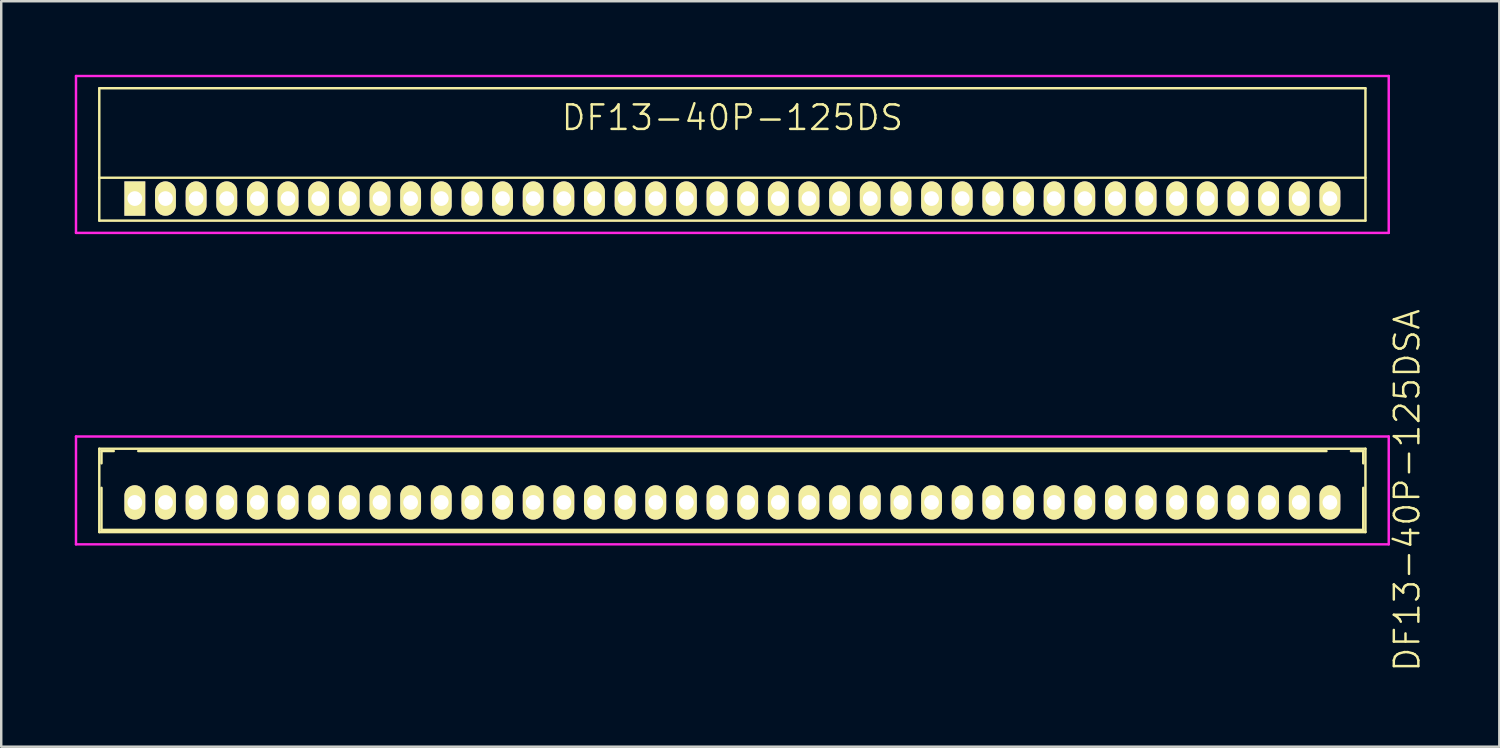
<source format=kicad_pcb>
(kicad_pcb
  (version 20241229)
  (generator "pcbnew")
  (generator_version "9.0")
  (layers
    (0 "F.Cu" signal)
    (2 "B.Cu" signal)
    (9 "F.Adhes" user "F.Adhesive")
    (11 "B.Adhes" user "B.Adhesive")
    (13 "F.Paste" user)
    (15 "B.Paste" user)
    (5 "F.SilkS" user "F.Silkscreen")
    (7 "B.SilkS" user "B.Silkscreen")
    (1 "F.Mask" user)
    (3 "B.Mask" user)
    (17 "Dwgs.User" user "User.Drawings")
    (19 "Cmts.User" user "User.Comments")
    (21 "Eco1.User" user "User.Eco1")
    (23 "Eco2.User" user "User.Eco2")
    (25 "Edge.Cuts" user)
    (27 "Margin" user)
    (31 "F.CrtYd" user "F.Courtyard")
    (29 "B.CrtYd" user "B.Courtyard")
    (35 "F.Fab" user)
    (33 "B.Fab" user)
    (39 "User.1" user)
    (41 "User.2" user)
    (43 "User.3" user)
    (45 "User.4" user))
  (footprint "DF13-40P-125DSA"
    (layer "F.Cu")
    (at 26.825 17.445)
    (property "Reference" "DF13-40P-125DSA" (at 27.525 -0.49 90) (layer "F.SilkS") (effects (font (size 1 1) (thickness 0.1))))
    (attr through_hole)
    (fp_line (start -25.825 -2.19) (end -25.825 1.21) (stroke (width 0.1) (type solid)) (layer "F.SilkS"))
    (fp_line (start -25.825 -2.19) (end 25.825 -2.19) (stroke (width 0.1) (type solid)) (layer "F.SilkS"))
    (fp_line (start -25.825 1.21) (end 25.825 1.21) (stroke (width 0.1) (type solid)) (layer "F.SilkS"))
    (fp_line (start -25.735 -2.095) (end -25.735 -1.595) (stroke (width 0.1) (type solid)) (layer "F.SilkS"))
    (fp_line (start -25.735 -2.095) (end -25.235 -2.095) (stroke (width 0.1) (type solid)) (layer "F.SilkS"))
    (fp_line (start -25.735 -0.595) (end -25.735 1.12) (stroke (width 0.1) (type solid)) (layer "F.SilkS"))
    (fp_line (start -25.735 1.12) (end 25.735 1.12) (stroke (width 0.1) (type solid)) (layer "F.SilkS"))
    (fp_line (start -24.235 -2.095) (end 24.235 -2.095) (stroke (width 0.1) (type solid)) (layer "F.SilkS"))
    (fp_line (start 25.235 -2.095) (end 25.735 -2.095) (stroke (width 0.1) (type solid)) (layer "F.SilkS"))
    (fp_line (start 25.735 -2.095) (end 25.735 -1.595) (stroke (width 0.1) (type solid)) (layer "F.SilkS"))
    (fp_line (start 25.735 -0.595) (end 25.735 1.12) (stroke (width 0.1) (type solid)) (layer "F.SilkS"))
    (fp_line (start 25.825 -2.19) (end 25.825 1.21) (stroke (width 0.1) (type solid)) (layer "F.SilkS"))
    (fp_line (start -26.775 -2.69) (end -26.775 1.71) (stroke (width 0.1) (type solid)) (layer "F.CrtYd"))
    (fp_line (start -26.775 1.71) (end 26.775 1.71) (stroke (width 0.1) (type solid)) (layer "F.CrtYd"))
    (fp_line (start 26.775 -2.69) (end -26.775 -2.69) (stroke (width 0.1) (type solid)) (layer "F.CrtYd"))
    (fp_line (start 26.775 1.71) (end 26.775 -2.69) (stroke (width 0.1) (type solid)) (layer "F.CrtYd"))
    (pad "1" thru_hole oval (at -24.375 0) (size 0.85 1.4) (drill 0.6) (layers "*.Cu" "*.Mask" "F.SilkS"))
    (pad "2" thru_hole oval (at -23.125 0) (size 0.85 1.4) (drill 0.6) (layers "*.Cu" "*.Mask" "F.SilkS"))
    (pad "3" thru_hole oval (at -21.875 0) (size 0.85 1.4) (drill 0.6) (layers "*.Cu" "*.Mask" "F.SilkS"))
    (pad "4" thru_hole oval (at -20.625 0) (size 0.85 1.4) (drill 0.6) (layers "*.Cu" "*.Mask" "F.SilkS"))
    (pad "5" thru_hole oval (at -19.375 0) (size 0.85 1.4) (drill 0.6) (layers "*.Cu" "*.Mask" "F.SilkS"))
    (pad "6" thru_hole oval (at -18.125 0) (size 0.85 1.4) (drill 0.6) (layers "*.Cu" "*.Mask" "F.SilkS"))
    (pad "7" thru_hole oval (at -16.875 0) (size 0.85 1.4) (drill 0.6) (layers "*.Cu" "*.Mask" "F.SilkS"))
    (pad "8" thru_hole oval (at -15.625 0) (size 0.85 1.4) (drill 0.6) (layers "*.Cu" "*.Mask" "F.SilkS"))
    (pad "9" thru_hole oval (at -14.375 0) (size 0.85 1.4) (drill 0.6) (layers "*.Cu" "*.Mask" "F.SilkS"))
    (pad "10" thru_hole oval (at -13.125 0) (size 0.85 1.4) (drill 0.6) (layers "*.Cu" "*.Mask" "F.SilkS"))
    (pad "11" thru_hole oval (at -11.875 0) (size 0.85 1.4) (drill 0.6) (layers "*.Cu" "*.Mask" "F.SilkS"))
    (pad "12" thru_hole oval (at -10.625 0) (size 0.85 1.4) (drill 0.6) (layers "*.Cu" "*.Mask" "F.SilkS"))
    (pad "13" thru_hole oval (at -9.375 0) (size 0.85 1.4) (drill 0.6) (layers "*.Cu" "*.Mask" "F.SilkS"))
    (pad "14" thru_hole oval (at -8.125 0) (size 0.85 1.4) (drill 0.6) (layers "*.Cu" "*.Mask" "F.SilkS"))
    (pad "15" thru_hole oval (at -6.875 0) (size 0.85 1.4) (drill 0.6) (layers "*.Cu" "*.Mask" "F.SilkS"))
    (pad "16" thru_hole oval (at -5.625 0) (size 0.85 1.4) (drill 0.6) (layers "*.Cu" "*.Mask" "F.SilkS"))
    (pad "17" thru_hole oval (at -4.375 0) (size 0.85 1.4) (drill 0.6) (layers "*.Cu" "*.Mask" "F.SilkS"))
    (pad "18" thru_hole oval (at -3.125 0) (size 0.85 1.4) (drill 0.6) (layers "*.Cu" "*.Mask" "F.SilkS"))
    (pad "19" thru_hole oval (at -1.875 0) (size 0.85 1.4) (drill 0.6) (layers "*.Cu" "*.Mask" "F.SilkS"))
    (pad "20" thru_hole oval (at -0.625 0) (size 0.85 1.4) (drill 0.6) (layers "*.Cu" "*.Mask" "F.SilkS"))
    (pad "21" thru_hole oval (at 0.625 0) (size 0.85 1.4) (drill 0.6) (layers "*.Cu" "*.Mask" "F.SilkS"))
    (pad "22" thru_hole oval (at 1.875 0) (size 0.85 1.4) (drill 0.6) (layers "*.Cu" "*.Mask" "F.SilkS"))
    (pad "23" thru_hole oval (at 3.125 0) (size 0.85 1.4) (drill 0.6) (layers "*.Cu" "*.Mask" "F.SilkS"))
    (pad "24" thru_hole oval (at 4.375 0) (size 0.85 1.4) (drill 0.6) (layers "*.Cu" "*.Mask" "F.SilkS"))
    (pad "25" thru_hole oval (at 5.625 0) (size 0.85 1.4) (drill 0.6) (layers "*.Cu" "*.Mask" "F.SilkS"))
    (pad "26" thru_hole oval (at 6.875 0) (size 0.85 1.4) (drill 0.6) (layers "*.Cu" "*.Mask" "F.SilkS"))
    (pad "27" thru_hole oval (at 8.125 0) (size 0.85 1.4) (drill 0.6) (layers "*.Cu" "*.Mask" "F.SilkS"))
    (pad "28" thru_hole oval (at 9.375 0) (size 0.85 1.4) (drill 0.6) (layers "*.Cu" "*.Mask" "F.SilkS"))
    (pad "29" thru_hole oval (at 10.625 0) (size 0.85 1.4) (drill 0.6) (layers "*.Cu" "*.Mask" "F.SilkS"))
    (pad "30" thru_hole oval (at 11.875 0) (size 0.85 1.4) (drill 0.6) (layers "*.Cu" "*.Mask" "F.SilkS"))
    (pad "31" thru_hole oval (at 13.125 0) (size 0.85 1.4) (drill 0.6) (layers "*.Cu" "*.Mask" "F.SilkS"))
    (pad "32" thru_hole oval (at 14.375 0) (size 0.85 1.4) (drill 0.6) (layers "*.Cu" "*.Mask" "F.SilkS"))
    (pad "33" thru_hole oval (at 15.625 0) (size 0.85 1.4) (drill 0.6) (layers "*.Cu" "*.Mask" "F.SilkS"))
    (pad "34" thru_hole oval (at 16.875 0) (size 0.85 1.4) (drill 0.6) (layers "*.Cu" "*.Mask" "F.SilkS"))
    (pad "35" thru_hole oval (at 18.125 0) (size 0.85 1.4) (drill 0.6) (layers "*.Cu" "*.Mask" "F.SilkS"))
    (pad "36" thru_hole oval (at 19.375 0) (size 0.85 1.4) (drill 0.6) (layers "*.Cu" "*.Mask" "F.SilkS"))
    (pad "37" thru_hole oval (at 20.625 0) (size 0.85 1.4) (drill 0.6) (layers "*.Cu" "*.Mask" "F.SilkS"))
    (pad "38" thru_hole oval (at 21.875 0) (size 0.85 1.4) (drill 0.6) (layers "*.Cu" "*.Mask" "F.SilkS"))
    (pad "39" thru_hole oval (at 23.125 0) (size 0.85 1.4) (drill 0.6) (layers "*.Cu" "*.Mask" "F.SilkS"))
    (pad "40" thru_hole oval (at 24.375 0) (size 0.85 1.4) (drill 0.6) (layers "*.Cu" "*.Mask" "F.SilkS")))
  (footprint "DF13-40P-125DS"
    (layer "F.Cu")
    (at 26.825 5.05)
    (property "Reference" "DF13-40P-125DS" (at 0 -3.3 0) (layer "F.SilkS") (effects (font (size 1 1) (thickness 0.1))))
    (attr through_hole)
    (fp_line (start -25.825 -4.5) (end -25.825 0.9) (stroke (width 0.1) (type solid)) (layer "F.SilkS"))
    (fp_line (start -25.825 -4.5) (end 25.825 -4.5) (stroke (width 0.1) (type solid)) (layer "F.SilkS"))
    (fp_line (start -25.825 -0.85) (end 25.825 -0.85) (stroke (width 0.1) (type solid)) (layer "F.SilkS"))
    (fp_line (start -25.825 0.9) (end 25.825 0.9) (stroke (width 0.1) (type solid)) (layer "F.SilkS"))
    (fp_line (start 25.825 -4.5) (end 25.825 0.9) (stroke (width 0.1) (type solid)) (layer "F.SilkS"))
    (fp_line (start -26.775 -5) (end -26.775 1.4) (stroke (width 0.1) (type solid)) (layer "F.CrtYd"))
    (fp_line (start -26.775 1.4) (end 26.775 1.4) (stroke (width 0.1) (type solid)) (layer "F.CrtYd"))
    (fp_line (start 26.775 -5) (end -26.775 -5) (stroke (width 0.1) (type solid)) (layer "F.CrtYd"))
    (fp_line (start 26.775 1.4) (end 26.775 -5) (stroke (width 0.1) (type solid)) (layer "F.CrtYd"))
    (pad "1" thru_hole rect (at -24.375 0) (size 0.85 1.4) (drill 0.6) (layers "*.Cu" "*.Mask" "F.SilkS"))
    (pad "2" thru_hole oval (at -23.125 0) (size 0.85 1.4) (drill 0.6) (layers "*.Cu" "*.Mask" "F.SilkS"))
    (pad "3" thru_hole oval (at -21.875 0) (size 0.85 1.4) (drill 0.6) (layers "*.Cu" "*.Mask" "F.SilkS"))
    (pad "4" thru_hole oval (at -20.625 0) (size 0.85 1.4) (drill 0.6) (layers "*.Cu" "*.Mask" "F.SilkS"))
    (pad "5" thru_hole oval (at -19.375 0) (size 0.85 1.4) (drill 0.6) (layers "*.Cu" "*.Mask" "F.SilkS"))
    (pad "6" thru_hole oval (at -18.125 0) (size 0.85 1.4) (drill 0.6) (layers "*.Cu" "*.Mask" "F.SilkS"))
    (pad "7" thru_hole oval (at -16.875 0) (size 0.85 1.4) (drill 0.6) (layers "*.Cu" "*.Mask" "F.SilkS"))
    (pad "8" thru_hole oval (at -15.625 0) (size 0.85 1.4) (drill 0.6) (layers "*.Cu" "*.Mask" "F.SilkS"))
    (pad "9" thru_hole oval (at -14.375 0) (size 0.85 1.4) (drill 0.6) (layers "*.Cu" "*.Mask" "F.SilkS"))
    (pad "10" thru_hole oval (at -13.125 0) (size 0.85 1.4) (drill 0.6) (layers "*.Cu" "*.Mask" "F.SilkS"))
    (pad "11" thru_hole oval (at -11.875 0) (size 0.85 1.4) (drill 0.6) (layers "*.Cu" "*.Mask" "F.SilkS"))
    (pad "12" thru_hole oval (at -10.625 0) (size 0.85 1.4) (drill 0.6) (layers "*.Cu" "*.Mask" "F.SilkS"))
    (pad "13" thru_hole oval (at -9.375 0) (size 0.85 1.4) (drill 0.6) (layers "*.Cu" "*.Mask" "F.SilkS"))
    (pad "14" thru_hole oval (at -8.125 0) (size 0.85 1.4) (drill 0.6) (layers "*.Cu" "*.Mask" "F.SilkS"))
    (pad "15" thru_hole oval (at -6.875 0) (size 0.85 1.4) (drill 0.6) (layers "*.Cu" "*.Mask" "F.SilkS"))
    (pad "16" thru_hole oval (at -5.625 0) (size 0.85 1.4) (drill 0.6) (layers "*.Cu" "*.Mask" "F.SilkS"))
    (pad "17" thru_hole oval (at -4.375 0) (size 0.85 1.4) (drill 0.6) (layers "*.Cu" "*.Mask" "F.SilkS"))
    (pad "18" thru_hole oval (at -3.125 0) (size 0.85 1.4) (drill 0.6) (layers "*.Cu" "*.Mask" "F.SilkS"))
    (pad "19" thru_hole oval (at -1.875 0) (size 0.85 1.4) (drill 0.6) (layers "*.Cu" "*.Mask" "F.SilkS"))
    (pad "20" thru_hole oval (at -0.625 0) (size 0.85 1.4) (drill 0.6) (layers "*.Cu" "*.Mask" "F.SilkS"))
    (pad "21" thru_hole oval (at 0.625 0) (size 0.85 1.4) (drill 0.6) (layers "*.Cu" "*.Mask" "F.SilkS"))
    (pad "22" thru_hole oval (at 1.875 0) (size 0.85 1.4) (drill 0.6) (layers "*.Cu" "*.Mask" "F.SilkS"))
    (pad "23" thru_hole oval (at 3.125 0) (size 0.85 1.4) (drill 0.6) (layers "*.Cu" "*.Mask" "F.SilkS"))
    (pad "24" thru_hole oval (at 4.375 0) (size 0.85 1.4) (drill 0.6) (layers "*.Cu" "*.Mask" "F.SilkS"))
    (pad "25" thru_hole oval (at 5.625 0) (size 0.85 1.4) (drill 0.6) (layers "*.Cu" "*.Mask" "F.SilkS"))
    (pad "26" thru_hole oval (at 6.875 0) (size 0.85 1.4) (drill 0.6) (layers "*.Cu" "*.Mask" "F.SilkS"))
    (pad "27" thru_hole oval (at 8.125 0) (size 0.85 1.4) (drill 0.6) (layers "*.Cu" "*.Mask" "F.SilkS"))
    (pad "28" thru_hole oval (at 9.375 0) (size 0.85 1.4) (drill 0.6) (layers "*.Cu" "*.Mask" "F.SilkS"))
    (pad "29" thru_hole oval (at 10.625 0) (size 0.85 1.4) (drill 0.6) (layers "*.Cu" "*.Mask" "F.SilkS"))
    (pad "30" thru_hole oval (at 11.875 0) (size 0.85 1.4) (drill 0.6) (layers "*.Cu" "*.Mask" "F.SilkS"))
    (pad "31" thru_hole oval (at 13.125 0) (size 0.85 1.4) (drill 0.6) (layers "*.Cu" "*.Mask" "F.SilkS"))
    (pad "32" thru_hole oval (at 14.375 0) (size 0.85 1.4) (drill 0.6) (layers "*.Cu" "*.Mask" "F.SilkS"))
    (pad "33" thru_hole oval (at 15.625 0) (size 0.85 1.4) (drill 0.6) (layers "*.Cu" "*.Mask" "F.SilkS"))
    (pad "34" thru_hole oval (at 16.875 0) (size 0.85 1.4) (drill 0.6) (layers "*.Cu" "*.Mask" "F.SilkS"))
    (pad "35" thru_hole oval (at 18.125 0) (size 0.85 1.4) (drill 0.6) (layers "*.Cu" "*.Mask" "F.SilkS"))
    (pad "36" thru_hole oval (at 19.375 0) (size 0.85 1.4) (drill 0.6) (layers "*.Cu" "*.Mask" "F.SilkS"))
    (pad "37" thru_hole oval (at 20.625 0) (size 0.85 1.4) (drill 0.6) (layers "*.Cu" "*.Mask" "F.SilkS"))
    (pad "38" thru_hole oval (at 21.875 0) (size 0.85 1.4) (drill 0.6) (layers "*.Cu" "*.Mask" "F.SilkS"))
    (pad "39" thru_hole oval (at 23.125 0) (size 0.85 1.4) (drill 0.6) (layers "*.Cu" "*.Mask" "F.SilkS"))
    (pad "40" thru_hole oval (at 24.375 0) (size 0.85 1.4) (drill 0.6) (layers "*.Cu" "*.Mask" "F.SilkS")))
  (gr_rect
    (start -3 -3)
    (end 58.111 27.41)
    (stroke (width 0.1) (type default))
    (fill no)
    (layer "Edge.Cuts")))
</source>
